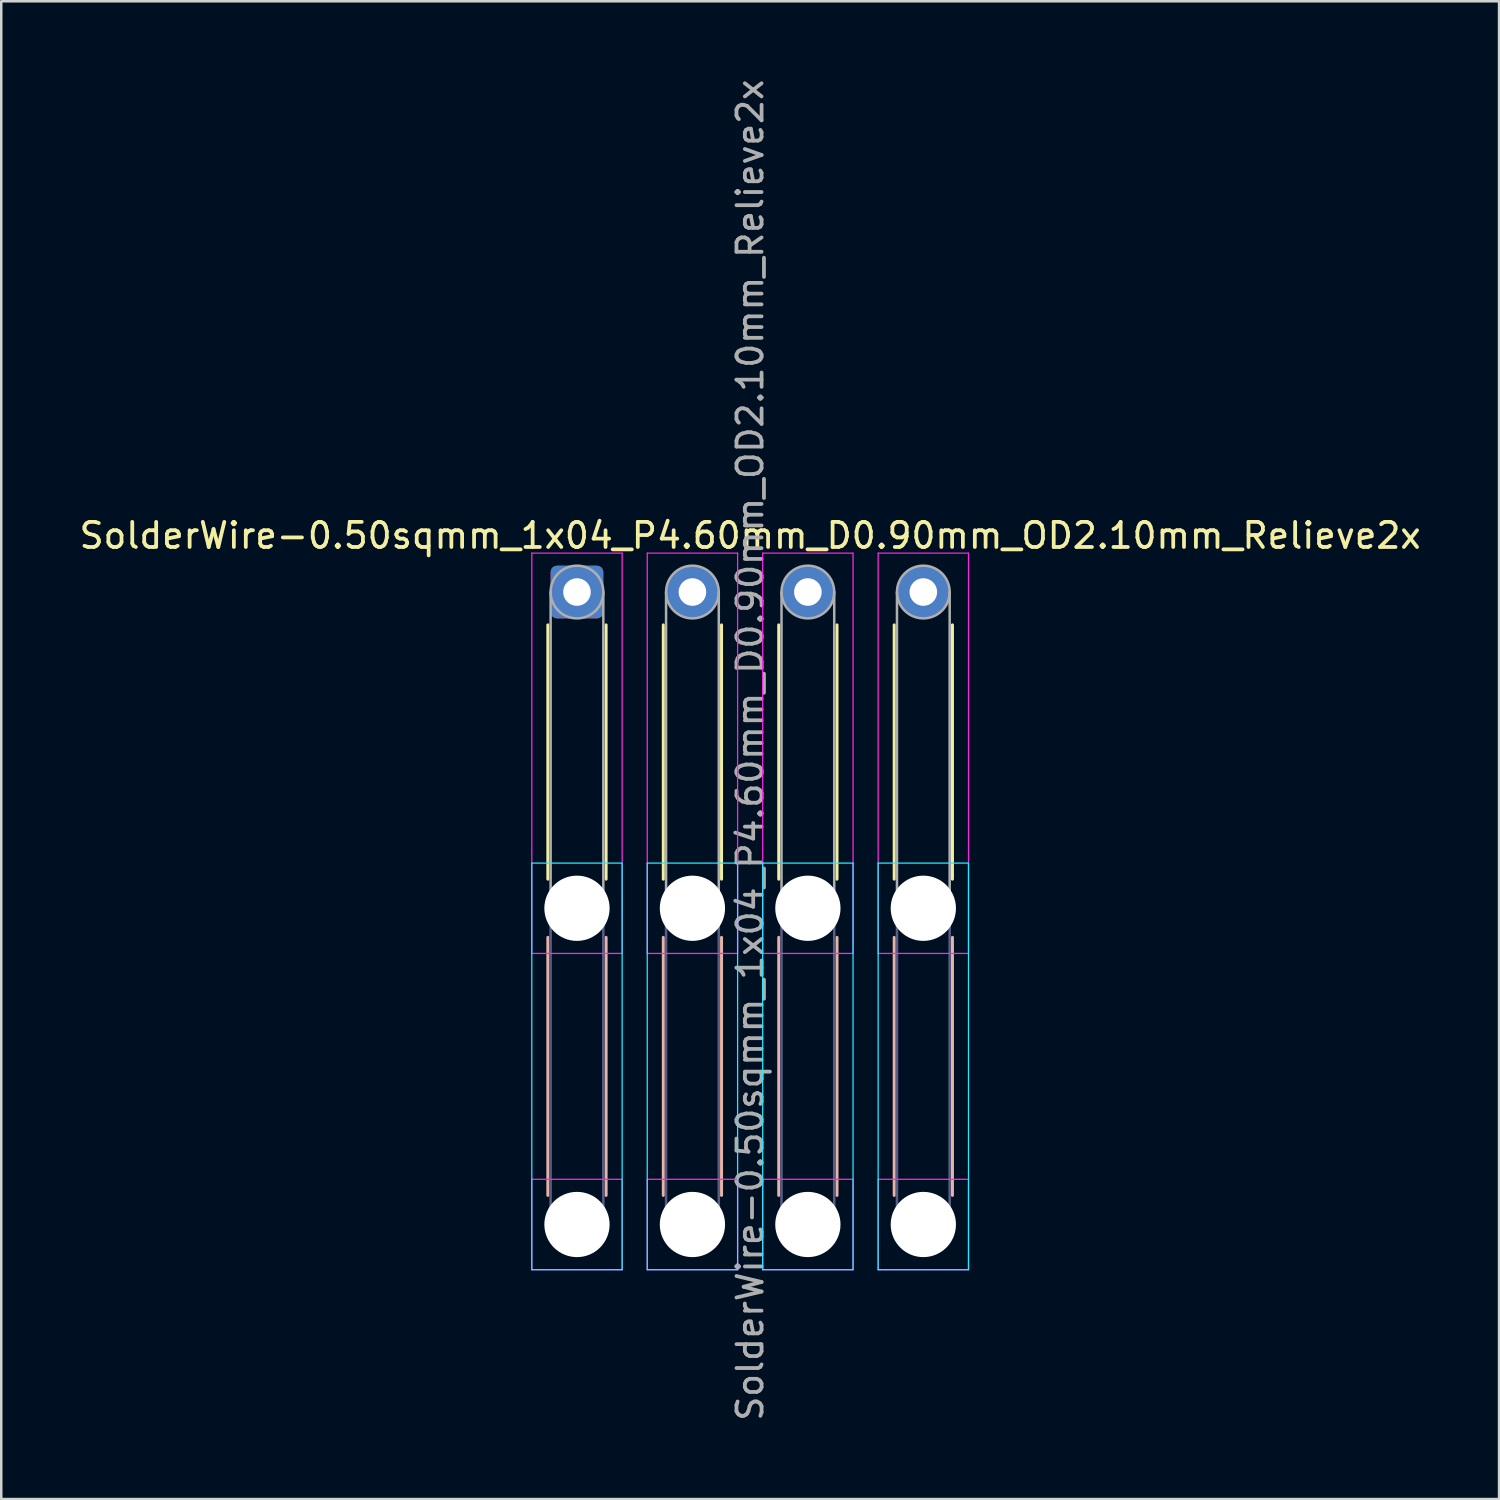
<source format=kicad_pcb>
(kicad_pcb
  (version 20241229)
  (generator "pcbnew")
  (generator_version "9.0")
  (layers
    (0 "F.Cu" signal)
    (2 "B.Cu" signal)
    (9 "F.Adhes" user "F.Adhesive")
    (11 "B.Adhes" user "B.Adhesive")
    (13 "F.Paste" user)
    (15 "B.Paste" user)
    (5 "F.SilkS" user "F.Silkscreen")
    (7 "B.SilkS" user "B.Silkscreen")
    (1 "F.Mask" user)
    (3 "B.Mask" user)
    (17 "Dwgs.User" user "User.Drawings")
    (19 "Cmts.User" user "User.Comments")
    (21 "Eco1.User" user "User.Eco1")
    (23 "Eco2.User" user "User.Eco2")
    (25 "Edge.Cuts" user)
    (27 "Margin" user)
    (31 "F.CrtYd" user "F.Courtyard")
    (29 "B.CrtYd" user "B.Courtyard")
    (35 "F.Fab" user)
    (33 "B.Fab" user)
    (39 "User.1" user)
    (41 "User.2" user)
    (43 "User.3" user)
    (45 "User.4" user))
  (footprint "SolderWire-0.50sqmm_1x04_P4.60mm_D0.90mm_OD2.10mm_Relieve2x"
    (layer "F.Cu")
    (at 19.939 20.539)
    (property "Reference" "SolderWire-0.50sqmm_1x04_P4.60mm_D0.90mm_OD2.10mm_Relieve2x" (at 6.9 -2.25 0) (layer "F.SilkS") (effects (font (size 1 1) (thickness 0.15))))
    (attr exclude_from_pos_files exclude_from_bom)
    (fp_line (start -1.16 1.31) (end -1.16 11.44) (stroke (width 0.12) (type solid)) (layer "F.SilkS"))
    (fp_line (start 1.16 1.31) (end 1.16 11.44) (stroke (width 0.12) (type solid)) (layer "F.SilkS"))
    (fp_line (start 3.44 1.31) (end 3.44 11.44) (stroke (width 0.12) (type solid)) (layer "F.SilkS"))
    (fp_line (start 5.76 1.31) (end 5.76 11.44) (stroke (width 0.12) (type solid)) (layer "F.SilkS"))
    (fp_line (start 8.04 1.31) (end 8.04 11.44) (stroke (width 0.12) (type solid)) (layer "F.SilkS"))
    (fp_line (start 10.36 1.31) (end 10.36 11.44) (stroke (width 0.12) (type solid)) (layer "F.SilkS"))
    (fp_line (start 12.64 1.31) (end 12.64 11.44) (stroke (width 0.12) (type solid)) (layer "F.SilkS"))
    (fp_line (start 14.96 1.31) (end 14.96 11.44) (stroke (width 0.12) (type solid)) (layer "F.SilkS"))
    (fp_line (start -1.16 13.76) (end -1.16 24.04) (stroke (width 0.12) (type solid)) (layer "B.SilkS"))
    (fp_line (start 1.16 13.76) (end 1.16 24.04) (stroke (width 0.12) (type solid)) (layer "B.SilkS"))
    (fp_line (start 3.44 13.76) (end 3.44 24.04) (stroke (width 0.12) (type solid)) (layer "B.SilkS"))
    (fp_line (start 5.76 13.76) (end 5.76 24.04) (stroke (width 0.12) (type solid)) (layer "B.SilkS"))
    (fp_line (start 8.04 13.76) (end 8.04 24.04) (stroke (width 0.12) (type solid)) (layer "B.SilkS"))
    (fp_line (start 10.36 13.76) (end 10.36 24.04) (stroke (width 0.12) (type solid)) (layer "B.SilkS"))
    (fp_line (start 12.64 13.76) (end 12.64 24.04) (stroke (width 0.12) (type solid)) (layer "B.SilkS"))
    (fp_line (start 14.96 13.76) (end 14.96 24.04) (stroke (width 0.12) (type solid)) (layer "B.SilkS"))
    (fp_line (start -1.8 10.8) (end -1.8 27) (stroke (width 0.05) (type solid)) (layer "B.CrtYd"))
    (fp_line (start -1.8 27) (end 1.8 27) (stroke (width 0.05) (type solid)) (layer "B.CrtYd"))
    (fp_line (start 1.8 10.8) (end -1.8 10.8) (stroke (width 0.05) (type solid)) (layer "B.CrtYd"))
    (fp_line (start 1.8 27) (end 1.8 10.8) (stroke (width 0.05) (type solid)) (layer "B.CrtYd"))
    (fp_line (start 2.8 10.8) (end 2.8 27) (stroke (width 0.05) (type solid)) (layer "B.CrtYd"))
    (fp_line (start 2.8 27) (end 6.4 27) (stroke (width 0.05) (type solid)) (layer "B.CrtYd"))
    (fp_line (start 6.4 10.8) (end 2.8 10.8) (stroke (width 0.05) (type solid)) (layer "B.CrtYd"))
    (fp_line (start 6.4 27) (end 6.4 10.8) (stroke (width 0.05) (type solid)) (layer "B.CrtYd"))
    (fp_line (start 7.4 10.8) (end 7.4 27) (stroke (width 0.05) (type solid)) (layer "B.CrtYd"))
    (fp_line (start 7.4 27) (end 11 27) (stroke (width 0.05) (type solid)) (layer "B.CrtYd"))
    (fp_line (start 11 10.8) (end 7.4 10.8) (stroke (width 0.05) (type solid)) (layer "B.CrtYd"))
    (fp_line (start 11 27) (end 11 10.8) (stroke (width 0.05) (type solid)) (layer "B.CrtYd"))
    (fp_line (start 12 10.8) (end 12 27) (stroke (width 0.05) (type solid)) (layer "B.CrtYd"))
    (fp_line (start 12 27) (end 15.6 27) (stroke (width 0.05) (type solid)) (layer "B.CrtYd"))
    (fp_line (start 15.6 10.8) (end 12 10.8) (stroke (width 0.05) (type solid)) (layer "B.CrtYd"))
    (fp_line (start 15.6 27) (end 15.6 10.8) (stroke (width 0.05) (type solid)) (layer "B.CrtYd"))
    (fp_line (start -1.8 -1.55) (end -1.8 14.4) (stroke (width 0.05) (type solid)) (layer "F.CrtYd"))
    (fp_line (start -1.8 14.4) (end 1.8 14.4) (stroke (width 0.05) (type solid)) (layer "F.CrtYd"))
    (fp_line (start -1.8 23.4) (end -1.8 27) (stroke (width 0.05) (type solid)) (layer "F.CrtYd"))
    (fp_line (start -1.8 27) (end 1.8 27) (stroke (width 0.05) (type solid)) (layer "F.CrtYd"))
    (fp_line (start 1.8 -1.55) (end -1.8 -1.55) (stroke (width 0.05) (type solid)) (layer "F.CrtYd"))
    (fp_line (start 1.8 14.4) (end 1.8 -1.55) (stroke (width 0.05) (type solid)) (layer "F.CrtYd"))
    (fp_line (start 1.8 23.4) (end -1.8 23.4) (stroke (width 0.05) (type solid)) (layer "F.CrtYd"))
    (fp_line (start 1.8 27) (end 1.8 23.4) (stroke (width 0.05) (type solid)) (layer "F.CrtYd"))
    (fp_line (start 2.8 -1.55) (end 2.8 14.4) (stroke (width 0.05) (type solid)) (layer "F.CrtYd"))
    (fp_line (start 2.8 14.4) (end 6.4 14.4) (stroke (width 0.05) (type solid)) (layer "F.CrtYd"))
    (fp_line (start 2.8 23.4) (end 2.8 27) (stroke (width 0.05) (type solid)) (layer "F.CrtYd"))
    (fp_line (start 2.8 27) (end 6.4 27) (stroke (width 0.05) (type solid)) (layer "F.CrtYd"))
    (fp_line (start 6.4 -1.55) (end 2.8 -1.55) (stroke (width 0.05) (type solid)) (layer "F.CrtYd"))
    (fp_line (start 6.4 14.4) (end 6.4 -1.55) (stroke (width 0.05) (type solid)) (layer "F.CrtYd"))
    (fp_line (start 6.4 23.4) (end 2.8 23.4) (stroke (width 0.05) (type solid)) (layer "F.CrtYd"))
    (fp_line (start 6.4 27) (end 6.4 23.4) (stroke (width 0.05) (type solid)) (layer "F.CrtYd"))
    (fp_line (start 7.4 -1.55) (end 7.4 14.4) (stroke (width 0.05) (type solid)) (layer "F.CrtYd"))
    (fp_line (start 7.4 14.4) (end 11 14.4) (stroke (width 0.05) (type solid)) (layer "F.CrtYd"))
    (fp_line (start 7.4 23.4) (end 7.4 27) (stroke (width 0.05) (type solid)) (layer "F.CrtYd"))
    (fp_line (start 7.4 27) (end 11 27) (stroke (width 0.05) (type solid)) (layer "F.CrtYd"))
    (fp_line (start 11 -1.55) (end 7.4 -1.55) (stroke (width 0.05) (type solid)) (layer "F.CrtYd"))
    (fp_line (start 11 14.4) (end 11 -1.55) (stroke (width 0.05) (type solid)) (layer "F.CrtYd"))
    (fp_line (start 11 23.4) (end 7.4 23.4) (stroke (width 0.05) (type solid)) (layer "F.CrtYd"))
    (fp_line (start 11 27) (end 11 23.4) (stroke (width 0.05) (type solid)) (layer "F.CrtYd"))
    (fp_line (start 12 -1.55) (end 12 14.4) (stroke (width 0.05) (type solid)) (layer "F.CrtYd"))
    (fp_line (start 12 14.4) (end 15.6 14.4) (stroke (width 0.05) (type solid)) (layer "F.CrtYd"))
    (fp_line (start 12 23.4) (end 12 27) (stroke (width 0.05) (type solid)) (layer "F.CrtYd"))
    (fp_line (start 12 27) (end 15.6 27) (stroke (width 0.05) (type solid)) (layer "F.CrtYd"))
    (fp_line (start 15.6 -1.55) (end 12 -1.55) (stroke (width 0.05) (type solid)) (layer "F.CrtYd"))
    (fp_line (start 15.6 14.4) (end 15.6 -1.55) (stroke (width 0.05) (type solid)) (layer "F.CrtYd"))
    (fp_line (start 15.6 23.4) (end 12 23.4) (stroke (width 0.05) (type solid)) (layer "F.CrtYd"))
    (fp_line (start 15.6 27) (end 15.6 23.4) (stroke (width 0.05) (type solid)) (layer "F.CrtYd"))
    (fp_line (start -1.05 12.6) (end -1.05 25.2) (stroke (width 0.1) (type solid)) (layer "B.Fab"))
    (fp_line (start 1.05 12.6) (end 1.05 25.2) (stroke (width 0.1) (type solid)) (layer "B.Fab"))
    (fp_line (start 3.55 12.6) (end 3.55 25.2) (stroke (width 0.1) (type solid)) (layer "B.Fab"))
    (fp_line (start 5.65 12.6) (end 5.65 25.2) (stroke (width 0.1) (type solid)) (layer "B.Fab"))
    (fp_line (start 8.15 12.6) (end 8.15 25.2) (stroke (width 0.1) (type solid)) (layer "B.Fab"))
    (fp_line (start 10.25 12.6) (end 10.25 25.2) (stroke (width 0.1) (type solid)) (layer "B.Fab"))
    (fp_line (start 12.75 12.6) (end 12.75 25.2) (stroke (width 0.1) (type solid)) (layer "B.Fab"))
    (fp_line (start 14.85 12.6) (end 14.85 25.2) (stroke (width 0.1) (type solid)) (layer "B.Fab"))
    (fp_circle (center 0 12.6) (end 1.05 12.6) (stroke (width 0.1) (type solid)) (fill no) (layer "B.Fab"))
    (fp_circle (center 0 25.2) (end 1.05 25.2) (stroke (width 0.1) (type solid)) (fill no) (layer "B.Fab"))
    (fp_circle (center 4.6 12.6) (end 5.65 12.6) (stroke (width 0.1) (type solid)) (fill no) (layer "B.Fab"))
    (fp_circle (center 4.6 25.2) (end 5.65 25.2) (stroke (width 0.1) (type solid)) (fill no) (layer "B.Fab"))
    (fp_circle (center 9.2 12.6) (end 10.25 12.6) (stroke (width 0.1) (type solid)) (fill no) (layer "B.Fab"))
    (fp_circle (center 9.2 25.2) (end 10.25 25.2) (stroke (width 0.1) (type solid)) (fill no) (layer "B.Fab"))
    (fp_circle (center 13.8 12.6) (end 14.85 12.6) (stroke (width 0.1) (type solid)) (fill no) (layer "B.Fab"))
    (fp_circle (center 13.8 25.2) (end 14.85 25.2) (stroke (width 0.1) (type solid)) (fill no) (layer "B.Fab"))
    (fp_line (start -1.05 0) (end -1.05 12.6) (stroke (width 0.1) (type solid)) (layer "F.Fab"))
    (fp_line (start 1.05 0) (end 1.05 12.6) (stroke (width 0.1) (type solid)) (layer "F.Fab"))
    (fp_line (start 3.55 0) (end 3.55 12.6) (stroke (width 0.1) (type solid)) (layer "F.Fab"))
    (fp_line (start 5.65 0) (end 5.65 12.6) (stroke (width 0.1) (type solid)) (layer "F.Fab"))
    (fp_line (start 8.15 0) (end 8.15 12.6) (stroke (width 0.1) (type solid)) (layer "F.Fab"))
    (fp_line (start 10.25 0) (end 10.25 12.6) (stroke (width 0.1) (type solid)) (layer "F.Fab"))
    (fp_line (start 12.75 0) (end 12.75 12.6) (stroke (width 0.1) (type solid)) (layer "F.Fab"))
    (fp_line (start 14.85 0) (end 14.85 12.6) (stroke (width 0.1) (type solid)) (layer "F.Fab"))
    (fp_circle (center 0 0) (end 1.05 0) (stroke (width 0.1) (type solid)) (fill no) (layer "F.Fab"))
    (fp_circle (center 0 12.6) (end 1.05 12.6) (stroke (width 0.1) (type solid)) (fill no) (layer "F.Fab"))
    (fp_circle (center 0 25.2) (end 1.05 25.2) (stroke (width 0.1) (type solid)) (fill no) (layer "F.Fab"))
    (fp_circle (center 4.6 0) (end 5.65 0) (stroke (width 0.1) (type solid)) (fill no) (layer "F.Fab"))
    (fp_circle (center 4.6 12.6) (end 5.65 12.6) (stroke (width 0.1) (type solid)) (fill no) (layer "F.Fab"))
    (fp_circle (center 4.6 25.2) (end 5.65 25.2) (stroke (width 0.1) (type solid)) (fill no) (layer "F.Fab"))
    (fp_circle (center 9.2 0) (end 10.25 0) (stroke (width 0.1) (type solid)) (fill no) (layer "F.Fab"))
    (fp_circle (center 9.2 12.6) (end 10.25 12.6) (stroke (width 0.1) (type solid)) (fill no) (layer "F.Fab"))
    (fp_circle (center 9.2 25.2) (end 10.25 25.2) (stroke (width 0.1) (type solid)) (fill no) (layer "F.Fab"))
    (fp_circle (center 13.8 0) (end 14.85 0) (stroke (width 0.1) (type solid)) (fill no) (layer "F.Fab"))
    (fp_circle (center 13.8 12.6) (end 14.85 12.6) (stroke (width 0.1) (type solid)) (fill no) (layer "F.Fab"))
    (fp_circle (center 13.8 25.2) (end 14.85 25.2) (stroke (width 0.1) (type solid)) (fill no) (layer "F.Fab"))
    (fp_text user "${REFERENCE}" (at 6.9 6.3 90) (layer "F.Fab") (effects (font (size 1 1) (thickness 0.15))))
    (pad "" np_thru_hole circle (at 0 12.6) (size 2.6 2.6) (drill 2.6) (layers "*.Cu" "*.Mask"))
    (pad "" np_thru_hole circle (at 0 25.2) (size 2.6 2.6) (drill 2.6) (layers "*.Cu" "*.Mask"))
    (pad "" np_thru_hole circle (at 4.6 12.6) (size 2.6 2.6) (drill 2.6) (layers "*.Cu" "*.Mask"))
    (pad "" np_thru_hole circle (at 4.6 25.2) (size 2.6 2.6) (drill 2.6) (layers "*.Cu" "*.Mask"))
    (pad "" np_thru_hole circle (at 9.2 12.6) (size 2.6 2.6) (drill 2.6) (layers "*.Cu" "*.Mask"))
    (pad "" np_thru_hole circle (at 9.2 25.2) (size 2.6 2.6) (drill 2.6) (layers "*.Cu" "*.Mask"))
    (pad "" np_thru_hole circle (at 13.8 12.6) (size 2.6 2.6) (drill 2.6) (layers "*.Cu" "*.Mask"))
    (pad "" np_thru_hole circle (at 13.8 25.2) (size 2.6 2.6) (drill 2.6) (layers "*.Cu" "*.Mask"))
    (pad "1" thru_hole roundrect (at 0 0) (size 2.1 2.1) (drill 1.1) (layers "*.Cu" "*.Mask") (roundrect_rratio 0.119))
    (pad "2" thru_hole circle (at 4.6 0) (size 2.1 2.1) (drill 1.1) (layers "*.Cu" "*.Mask"))
    (pad "3" thru_hole circle (at 9.2 0) (size 2.1 2.1) (drill 1.1) (layers "*.Cu" "*.Mask"))
    (pad "4" thru_hole circle (at 13.8 0) (size 2.1 2.1) (drill 1.1) (layers "*.Cu" "*.Mask")))
  (gr_rect
    (start -3 -3)
    (end 56.679 56.679)
    (stroke (width 0.1) (type default))
    (fill no)
    (layer "Edge.Cuts")))
</source>
